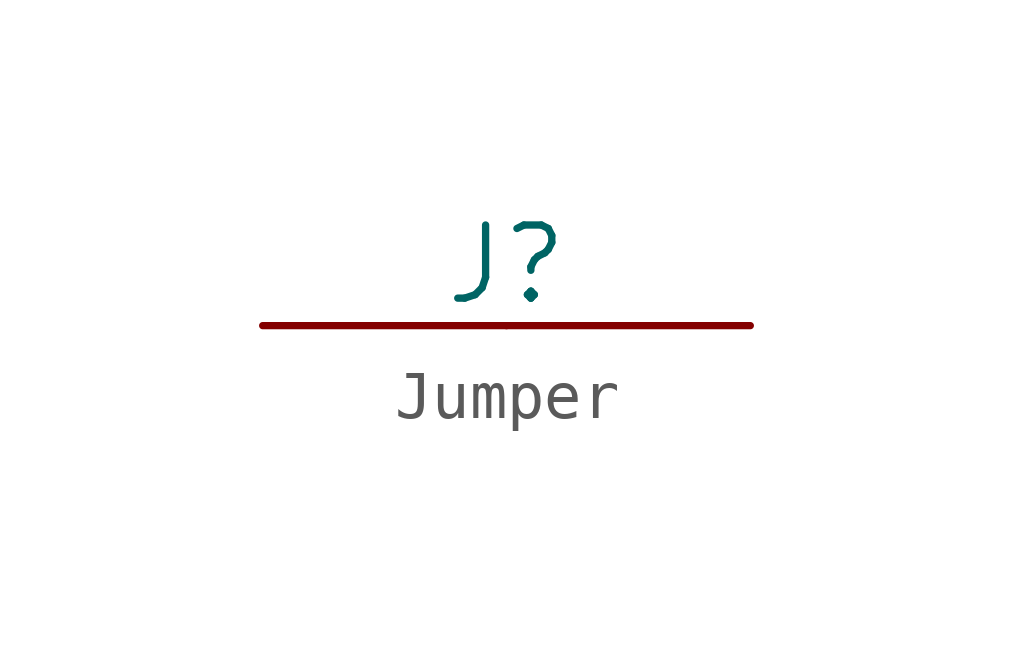
<source format=kicad_sym>
(kicad_symbol_lib
  (version 20220914)
  (generator kicad_symbol_editor)
  (symbol "Jumper"
    (pin_numbers hide)
    (pin_names
      (offset 1.016) hide)
    (property "Reference" "J"
      (at 0 1.27 0)
      (effects (font (size 1.524 1.524))))
    (property "Datasheet" ""
      (at -5.08 0 0)
      (effects (font (size 1.524 1.524))))
    (symbol "Jumper_1_1"
      (pin passive line (at -5.08 0 0) (length 5.08) (name "1" (effects (font (size 1.27 1.27)))) (number "1" (effects (font (size 1.27 1.27)))))
      (pin passive line (at 5.08 0 180) (length 5.08) (name "2" (effects (font (size 1.27 1.27)))) (number "2" (effects (font (size 1.27 1.27))))))))
</source>
